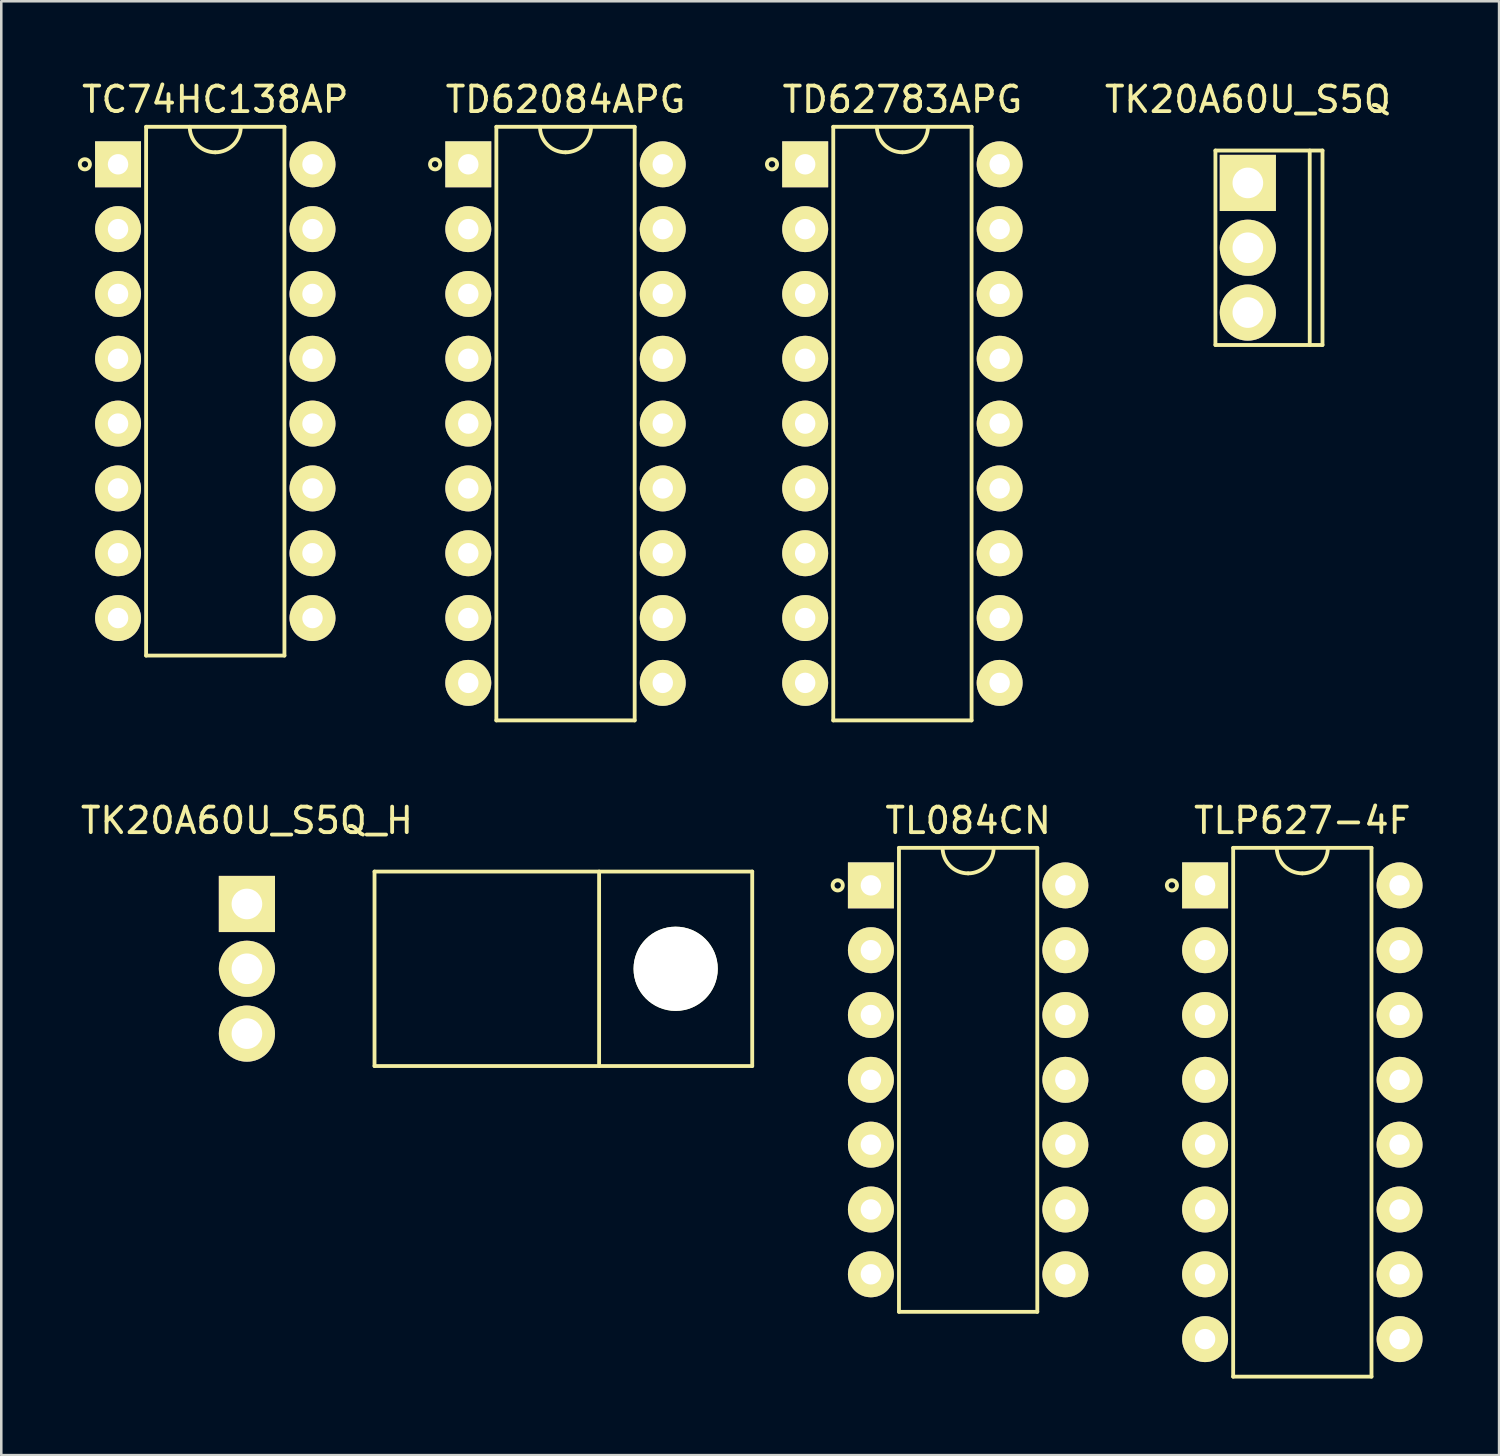
<source format=kicad_pcb>
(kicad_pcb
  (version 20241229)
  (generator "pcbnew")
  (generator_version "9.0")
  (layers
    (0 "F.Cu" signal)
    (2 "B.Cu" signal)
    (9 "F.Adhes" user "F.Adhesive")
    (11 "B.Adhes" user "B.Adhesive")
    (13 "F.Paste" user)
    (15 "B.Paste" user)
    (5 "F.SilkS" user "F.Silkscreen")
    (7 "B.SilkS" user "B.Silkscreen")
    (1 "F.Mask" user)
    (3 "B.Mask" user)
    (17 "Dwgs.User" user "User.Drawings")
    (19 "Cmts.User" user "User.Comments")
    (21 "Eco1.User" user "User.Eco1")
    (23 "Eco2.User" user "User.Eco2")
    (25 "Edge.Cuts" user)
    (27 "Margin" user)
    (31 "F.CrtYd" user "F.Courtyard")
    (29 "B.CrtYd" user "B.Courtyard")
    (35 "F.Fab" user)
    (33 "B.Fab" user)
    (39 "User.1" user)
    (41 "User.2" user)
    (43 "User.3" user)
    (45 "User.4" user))
  (footprint "TD62084APG"
    (layer "F.Cu")
    (at 15.299 3.388)
    (property "Reference" "TD62084APG" (at 3.81 -2.54 0) (layer "F.SilkS") (effects (font (size 1 1) (thickness 0.15))))
    (attr through_hole)
    (fp_line (start 1.1 -1.47) (end 6.52 -1.47) (stroke (width 0.15) (type solid)) (layer "F.SilkS"))
    (fp_line (start 1.1 21.79) (end 1.1 -1.47) (stroke (width 0.15) (type solid)) (layer "F.SilkS"))
    (fp_line (start 6.52 -1.47) (end 6.52 21.79) (stroke (width 0.15) (type solid)) (layer "F.SilkS"))
    (fp_line (start 6.52 21.79) (end 1.1 21.79) (stroke (width 0.15) (type solid)) (layer "F.SilkS"))
    (fp_arc (start 3.81 -0.47) (mid 3.102893 -0.762893) (end 2.81 -1.47) (stroke (width 0.15) (type solid)) (layer "F.SilkS"))
    (fp_arc (start 4.81 -1.47) (mid 4.517107 -0.762893) (end 3.81 -0.47) (stroke (width 0.15) (type solid)) (layer "F.SilkS"))
    (fp_circle (center -1.3 0) (end -1.3 0.2) (stroke (width 0.15) (type solid)) (fill no) (layer "F.SilkS"))
    (pad "1" thru_hole rect (at 0 0) (size 1.8 1.8) (drill 0.8) (layers "*.Cu" "*.Mask" "F.SilkS"))
    (pad "2" thru_hole circle (at 0 2.54) (size 1.8 1.8) (drill 0.8) (layers "*.Cu" "*.Mask" "F.SilkS"))
    (pad "3" thru_hole circle (at 0 5.08) (size 1.8 1.8) (drill 0.8) (layers "*.Cu" "*.Mask" "F.SilkS"))
    (pad "4" thru_hole circle (at 0 7.62) (size 1.8 1.8) (drill 0.8) (layers "*.Cu" "*.Mask" "F.SilkS"))
    (pad "5" thru_hole circle (at 0 10.16) (size 1.8 1.8) (drill 0.8) (layers "*.Cu" "*.Mask" "F.SilkS"))
    (pad "6" thru_hole circle (at 0 12.7) (size 1.8 1.8) (drill 0.8) (layers "*.Cu" "*.Mask" "F.SilkS"))
    (pad "7" thru_hole circle (at 0 15.24) (size 1.8 1.8) (drill 0.8) (layers "*.Cu" "*.Mask" "F.SilkS"))
    (pad "8" thru_hole circle (at 0 17.78) (size 1.8 1.8) (drill 0.8) (layers "*.Cu" "*.Mask" "F.SilkS"))
    (pad "9" thru_hole circle (at 0 20.32) (size 1.8 1.8) (drill 0.8) (layers "*.Cu" "*.Mask" "F.SilkS"))
    (pad "10" thru_hole circle (at 7.62 20.32) (size 1.8 1.8) (drill 0.8) (layers "*.Cu" "*.Mask" "F.SilkS"))
    (pad "11" thru_hole circle (at 7.62 17.78) (size 1.8 1.8) (drill 0.8) (layers "*.Cu" "*.Mask" "F.SilkS"))
    (pad "12" thru_hole circle (at 7.62 15.24) (size 1.8 1.8) (drill 0.8) (layers "*.Cu" "*.Mask" "F.SilkS"))
    (pad "13" thru_hole circle (at 7.62 12.7) (size 1.8 1.8) (drill 0.8) (layers "*.Cu" "*.Mask" "F.SilkS"))
    (pad "14" thru_hole circle (at 7.62 10.16) (size 1.8 1.8) (drill 0.8) (layers "*.Cu" "*.Mask" "F.SilkS"))
    (pad "15" thru_hole circle (at 7.62 7.62) (size 1.8 1.8) (drill 0.8) (layers "*.Cu" "*.Mask" "F.SilkS"))
    (pad "16" thru_hole circle (at 7.62 5.08) (size 1.8 1.8) (drill 0.8) (layers "*.Cu" "*.Mask" "F.SilkS"))
    (pad "17" thru_hole circle (at 7.62 2.54) (size 1.8 1.8) (drill 0.8) (layers "*.Cu" "*.Mask" "F.SilkS"))
    (pad "18" thru_hole circle (at 7.62 0) (size 1.8 1.8) (drill 0.8) (layers "*.Cu" "*.Mask" "F.SilkS")))
  (footprint "TK20A60U_S5Q_H"
    (layer "F.Cu")
    (at 6.625 32.371)
    (property "Reference" "TK20A60U_S5Q_H" (at 0 -3.27 0) (layer "F.SilkS") (effects (font (size 1 1) (thickness 0.15))))
    (attr through_hole)
    (fp_line (start 5 -1.27) (end 5 6.35) (stroke (width 0.15) (type solid)) (layer "F.SilkS"))
    (fp_line (start 5 -1.27) (end 19.8 -1.27) (stroke (width 0.15) (type solid)) (layer "F.SilkS"))
    (fp_line (start 5 6.35) (end 19.8 6.35) (stroke (width 0.15) (type solid)) (layer "F.SilkS"))
    (fp_line (start 13.8 -1.27) (end 13.8 6.35) (stroke (width 0.15) (type solid)) (layer "F.SilkS"))
    (fp_line (start 19.8 -1.27) (end 19.8 6.35) (stroke (width 0.15) (type solid)) (layer "F.SilkS"))
    (pad "" np_thru_hole circle (at 16.8 2.54) (size 3.3 3.3) (drill 3.3) (layers "*.Cu" "*.Mask" "F.SilkS"))
    (pad "1" thru_hole rect (at 0 0) (size 2.2 2.2) (drill 1.2) (layers "*.Cu" "*.Mask" "F.SilkS"))
    (pad "2" thru_hole circle (at 0 2.54) (size 2.2 2.2) (drill 1.2) (layers "*.Cu" "*.Mask" "F.SilkS"))
    (pad "3" thru_hole circle (at 0 5.08) (size 2.2 2.2) (drill 1.2) (layers "*.Cu" "*.Mask" "F.SilkS")))
  (footprint "TLP627-4F"
    (layer "F.Cu")
    (at 44.17 31.642)
    (property "Reference" "TLP627-4F" (at 3.81 -2.54 0) (layer "F.SilkS") (effects (font (size 1 1) (thickness 0.15))))
    (attr through_hole)
    (fp_line (start 1.1 -1.47) (end 6.52 -1.47) (stroke (width 0.15) (type solid)) (layer "F.SilkS"))
    (fp_line (start 1.1 19.25) (end 1.1 -1.47) (stroke (width 0.15) (type solid)) (layer "F.SilkS"))
    (fp_line (start 6.52 -1.47) (end 6.52 19.25) (stroke (width 0.15) (type solid)) (layer "F.SilkS"))
    (fp_line (start 6.52 19.25) (end 1.1 19.25) (stroke (width 0.15) (type solid)) (layer "F.SilkS"))
    (fp_arc (start 3.81 -0.47) (mid 3.102893 -0.762893) (end 2.81 -1.47) (stroke (width 0.15) (type solid)) (layer "F.SilkS"))
    (fp_arc (start 4.81 -1.47) (mid 4.517107 -0.762893) (end 3.81 -0.47) (stroke (width 0.15) (type solid)) (layer "F.SilkS"))
    (fp_circle (center -1.3 0) (end -1.3 0.2) (stroke (width 0.15) (type solid)) (fill no) (layer "F.SilkS"))
    (pad "1" thru_hole rect (at 0 0) (size 1.8 1.8) (drill 0.8) (layers "*.Cu" "*.Mask" "F.SilkS"))
    (pad "2" thru_hole circle (at 0 2.54) (size 1.8 1.8) (drill 0.8) (layers "*.Cu" "*.Mask" "F.SilkS"))
    (pad "3" thru_hole circle (at 0 5.08) (size 1.8 1.8) (drill 0.8) (layers "*.Cu" "*.Mask" "F.SilkS"))
    (pad "4" thru_hole circle (at 0 7.62) (size 1.8 1.8) (drill 0.8) (layers "*.Cu" "*.Mask" "F.SilkS"))
    (pad "5" thru_hole circle (at 0 10.16) (size 1.8 1.8) (drill 0.8) (layers "*.Cu" "*.Mask" "F.SilkS"))
    (pad "6" thru_hole circle (at 0 12.7) (size 1.8 1.8) (drill 0.8) (layers "*.Cu" "*.Mask" "F.SilkS"))
    (pad "7" thru_hole circle (at 0 15.24) (size 1.8 1.8) (drill 0.8) (layers "*.Cu" "*.Mask" "F.SilkS"))
    (pad "8" thru_hole circle (at 0 17.78) (size 1.8 1.8) (drill 0.8) (layers "*.Cu" "*.Mask" "F.SilkS"))
    (pad "9" thru_hole circle (at 7.62 17.78) (size 1.8 1.8) (drill 0.8) (layers "*.Cu" "*.Mask" "F.SilkS"))
    (pad "10" thru_hole circle (at 7.62 15.24) (size 1.8 1.8) (drill 0.8) (layers "*.Cu" "*.Mask" "F.SilkS"))
    (pad "11" thru_hole circle (at 7.62 12.7) (size 1.8 1.8) (drill 0.8) (layers "*.Cu" "*.Mask" "F.SilkS"))
    (pad "12" thru_hole circle (at 7.62 10.16) (size 1.8 1.8) (drill 0.8) (layers "*.Cu" "*.Mask" "F.SilkS"))
    (pad "13" thru_hole circle (at 7.62 7.62) (size 1.8 1.8) (drill 0.8) (layers "*.Cu" "*.Mask" "F.SilkS"))
    (pad "14" thru_hole circle (at 7.62 5.08) (size 1.8 1.8) (drill 0.8) (layers "*.Cu" "*.Mask" "F.SilkS"))
    (pad "15" thru_hole circle (at 7.62 2.54) (size 1.8 1.8) (drill 0.8) (layers "*.Cu" "*.Mask" "F.SilkS"))
    (pad "16" thru_hole circle (at 7.62 0) (size 1.8 1.8) (drill 0.8) (layers "*.Cu" "*.Mask" "F.SilkS")))
  (footprint "TK20A60U_S5Q"
    (layer "F.Cu")
    (at 45.845 4.118)
    (property "Reference" "TK20A60U_S5Q" (at 0 -3.27 0) (layer "F.SilkS") (effects (font (size 1 1) (thickness 0.15))))
    (attr through_hole)
    (fp_line (start -1.27 -1.27) (end -1.27 6.35) (stroke (width 0.15) (type solid)) (layer "F.SilkS"))
    (fp_line (start -1.27 -1.27) (end 2.925 -1.27) (stroke (width 0.15) (type solid)) (layer "F.SilkS"))
    (fp_line (start -1.27 6.35) (end 2.925 6.35) (stroke (width 0.15) (type solid)) (layer "F.SilkS"))
    (fp_line (start 2.425 -1.27) (end 2.425 6.35) (stroke (width 0.15) (type solid)) (layer "F.SilkS"))
    (fp_line (start 2.925 -1.27) (end 2.925 6.35) (stroke (width 0.15) (type solid)) (layer "F.SilkS"))
    (pad "1" thru_hole rect (at 0 0) (size 2.2 2.2) (drill 1.2) (layers "*.Cu" "*.Mask" "F.SilkS"))
    (pad "2" thru_hole circle (at 0 2.54) (size 2.2 2.2) (drill 1.2) (layers "*.Cu" "*.Mask" "F.SilkS"))
    (pad "3" thru_hole circle (at 0 5.08) (size 2.2 2.2) (drill 1.2) (layers "*.Cu" "*.Mask" "F.SilkS")))
  (footprint "TD62783APG"
    (layer "F.Cu")
    (at 28.5 3.388)
    (property "Reference" "TD62783APG" (at 3.81 -2.54 0) (layer "F.SilkS") (effects (font (size 1 1) (thickness 0.15))))
    (attr through_hole)
    (fp_line (start 1.1 -1.47) (end 6.52 -1.47) (stroke (width 0.15) (type solid)) (layer "F.SilkS"))
    (fp_line (start 1.1 21.79) (end 1.1 -1.47) (stroke (width 0.15) (type solid)) (layer "F.SilkS"))
    (fp_line (start 6.52 -1.47) (end 6.52 21.79) (stroke (width 0.15) (type solid)) (layer "F.SilkS"))
    (fp_line (start 6.52 21.79) (end 1.1 21.79) (stroke (width 0.15) (type solid)) (layer "F.SilkS"))
    (fp_arc (start 3.81 -0.47) (mid 3.102893 -0.762893) (end 2.81 -1.47) (stroke (width 0.15) (type solid)) (layer "F.SilkS"))
    (fp_arc (start 4.81 -1.47) (mid 4.517107 -0.762893) (end 3.81 -0.47) (stroke (width 0.15) (type solid)) (layer "F.SilkS"))
    (fp_circle (center -1.3 0) (end -1.3 0.2) (stroke (width 0.15) (type solid)) (fill no) (layer "F.SilkS"))
    (pad "1" thru_hole rect (at 0 0) (size 1.8 1.8) (drill 0.8) (layers "*.Cu" "*.Mask" "F.SilkS"))
    (pad "2" thru_hole circle (at 0 2.54) (size 1.8 1.8) (drill 0.8) (layers "*.Cu" "*.Mask" "F.SilkS"))
    (pad "3" thru_hole circle (at 0 5.08) (size 1.8 1.8) (drill 0.8) (layers "*.Cu" "*.Mask" "F.SilkS"))
    (pad "4" thru_hole circle (at 0 7.62) (size 1.8 1.8) (drill 0.8) (layers "*.Cu" "*.Mask" "F.SilkS"))
    (pad "5" thru_hole circle (at 0 10.16) (size 1.8 1.8) (drill 0.8) (layers "*.Cu" "*.Mask" "F.SilkS"))
    (pad "6" thru_hole circle (at 0 12.7) (size 1.8 1.8) (drill 0.8) (layers "*.Cu" "*.Mask" "F.SilkS"))
    (pad "7" thru_hole circle (at 0 15.24) (size 1.8 1.8) (drill 0.8) (layers "*.Cu" "*.Mask" "F.SilkS"))
    (pad "8" thru_hole circle (at 0 17.78) (size 1.8 1.8) (drill 0.8) (layers "*.Cu" "*.Mask" "F.SilkS"))
    (pad "9" thru_hole circle (at 0 20.32) (size 1.8 1.8) (drill 0.8) (layers "*.Cu" "*.Mask" "F.SilkS"))
    (pad "10" thru_hole circle (at 7.62 20.32) (size 1.8 1.8) (drill 0.8) (layers "*.Cu" "*.Mask" "F.SilkS"))
    (pad "11" thru_hole circle (at 7.62 17.78) (size 1.8 1.8) (drill 0.8) (layers "*.Cu" "*.Mask" "F.SilkS"))
    (pad "12" thru_hole circle (at 7.62 15.24) (size 1.8 1.8) (drill 0.8) (layers "*.Cu" "*.Mask" "F.SilkS"))
    (pad "13" thru_hole circle (at 7.62 12.7) (size 1.8 1.8) (drill 0.8) (layers "*.Cu" "*.Mask" "F.SilkS"))
    (pad "14" thru_hole circle (at 7.62 10.16) (size 1.8 1.8) (drill 0.8) (layers "*.Cu" "*.Mask" "F.SilkS"))
    (pad "15" thru_hole circle (at 7.62 7.62) (size 1.8 1.8) (drill 0.8) (layers "*.Cu" "*.Mask" "F.SilkS"))
    (pad "16" thru_hole circle (at 7.62 5.08) (size 1.8 1.8) (drill 0.8) (layers "*.Cu" "*.Mask" "F.SilkS"))
    (pad "17" thru_hole circle (at 7.62 2.54) (size 1.8 1.8) (drill 0.8) (layers "*.Cu" "*.Mask" "F.SilkS"))
    (pad "18" thru_hole circle (at 7.62 0) (size 1.8 1.8) (drill 0.8) (layers "*.Cu" "*.Mask" "F.SilkS")))
  (footprint "TC74HC138AP"
    (layer "F.Cu")
    (at 1.575 3.388)
    (property "Reference" "TC74HC138AP" (at 3.81 -2.54 0) (layer "F.SilkS") (effects (font (size 1 1) (thickness 0.15))))
    (attr through_hole)
    (fp_line (start 1.1 -1.47) (end 6.52 -1.47) (stroke (width 0.15) (type solid)) (layer "F.SilkS"))
    (fp_line (start 1.1 19.25) (end 1.1 -1.47) (stroke (width 0.15) (type solid)) (layer "F.SilkS"))
    (fp_line (start 6.52 -1.47) (end 6.52 19.25) (stroke (width 0.15) (type solid)) (layer "F.SilkS"))
    (fp_line (start 6.52 19.25) (end 1.1 19.25) (stroke (width 0.15) (type solid)) (layer "F.SilkS"))
    (fp_arc (start 3.81 -0.47) (mid 3.102893 -0.762893) (end 2.81 -1.47) (stroke (width 0.15) (type solid)) (layer "F.SilkS"))
    (fp_arc (start 4.81 -1.47) (mid 4.517107 -0.762893) (end 3.81 -0.47) (stroke (width 0.15) (type solid)) (layer "F.SilkS"))
    (fp_circle (center -1.3 0) (end -1.3 0.2) (stroke (width 0.15) (type solid)) (fill no) (layer "F.SilkS"))
    (pad "1" thru_hole rect (at 0 0) (size 1.8 1.8) (drill 0.8) (layers "*.Cu" "*.Mask" "F.SilkS"))
    (pad "2" thru_hole circle (at 0 2.54) (size 1.8 1.8) (drill 0.8) (layers "*.Cu" "*.Mask" "F.SilkS"))
    (pad "3" thru_hole circle (at 0 5.08) (size 1.8 1.8) (drill 0.8) (layers "*.Cu" "*.Mask" "F.SilkS"))
    (pad "4" thru_hole circle (at 0 7.62) (size 1.8 1.8) (drill 0.8) (layers "*.Cu" "*.Mask" "F.SilkS"))
    (pad "5" thru_hole circle (at 0 10.16) (size 1.8 1.8) (drill 0.8) (layers "*.Cu" "*.Mask" "F.SilkS"))
    (pad "6" thru_hole circle (at 0 12.7) (size 1.8 1.8) (drill 0.8) (layers "*.Cu" "*.Mask" "F.SilkS"))
    (pad "7" thru_hole circle (at 0 15.24) (size 1.8 1.8) (drill 0.8) (layers "*.Cu" "*.Mask" "F.SilkS"))
    (pad "8" thru_hole circle (at 0 17.78) (size 1.8 1.8) (drill 0.8) (layers "*.Cu" "*.Mask" "F.SilkS"))
    (pad "9" thru_hole circle (at 7.62 17.78) (size 1.8 1.8) (drill 0.8) (layers "*.Cu" "*.Mask" "F.SilkS"))
    (pad "10" thru_hole circle (at 7.62 15.24) (size 1.8 1.8) (drill 0.8) (layers "*.Cu" "*.Mask" "F.SilkS"))
    (pad "11" thru_hole circle (at 7.62 12.7) (size 1.8 1.8) (drill 0.8) (layers "*.Cu" "*.Mask" "F.SilkS"))
    (pad "12" thru_hole circle (at 7.62 10.16) (size 1.8 1.8) (drill 0.8) (layers "*.Cu" "*.Mask" "F.SilkS"))
    (pad "13" thru_hole circle (at 7.62 7.62) (size 1.8 1.8) (drill 0.8) (layers "*.Cu" "*.Mask" "F.SilkS"))
    (pad "14" thru_hole circle (at 7.62 5.08) (size 1.8 1.8) (drill 0.8) (layers "*.Cu" "*.Mask" "F.SilkS"))
    (pad "15" thru_hole circle (at 7.62 2.54) (size 1.8 1.8) (drill 0.8) (layers "*.Cu" "*.Mask" "F.SilkS"))
    (pad "16" thru_hole circle (at 7.62 0) (size 1.8 1.8) (drill 0.8) (layers "*.Cu" "*.Mask" "F.SilkS")))
  (footprint "TL084CN"
    (layer "F.Cu")
    (at 31.075 31.642)
    (property "Reference" "TL084CN" (at 3.81 -2.54 0) (layer "F.SilkS") (effects (font (size 1 1) (thickness 0.15))))
    (attr through_hole)
    (fp_line (start 1.1 -1.47) (end 6.52 -1.47) (stroke (width 0.15) (type solid)) (layer "F.SilkS"))
    (fp_line (start 1.1 16.71) (end 1.1 -1.47) (stroke (width 0.15) (type solid)) (layer "F.SilkS"))
    (fp_line (start 6.52 -1.47) (end 6.52 16.71) (stroke (width 0.15) (type solid)) (layer "F.SilkS"))
    (fp_line (start 6.52 16.71) (end 1.1 16.71) (stroke (width 0.15) (type solid)) (layer "F.SilkS"))
    (fp_arc (start 3.81 -0.47) (mid 3.102893 -0.762893) (end 2.81 -1.47) (stroke (width 0.15) (type solid)) (layer "F.SilkS"))
    (fp_arc (start 4.81 -1.47) (mid 4.517107 -0.762893) (end 3.81 -0.47) (stroke (width 0.15) (type solid)) (layer "F.SilkS"))
    (fp_circle (center -1.3 0) (end -1.3 0.2) (stroke (width 0.15) (type solid)) (fill no) (layer "F.SilkS"))
    (pad "1" thru_hole rect (at 0 0) (size 1.8 1.8) (drill 0.8) (layers "*.Cu" "*.Mask" "F.SilkS"))
    (pad "2" thru_hole circle (at 0 2.54) (size 1.8 1.8) (drill 0.8) (layers "*.Cu" "*.Mask" "F.SilkS"))
    (pad "3" thru_hole circle (at 0 5.08) (size 1.8 1.8) (drill 0.8) (layers "*.Cu" "*.Mask" "F.SilkS"))
    (pad "4" thru_hole circle (at 0 7.62) (size 1.8 1.8) (drill 0.8) (layers "*.Cu" "*.Mask" "F.SilkS"))
    (pad "5" thru_hole circle (at 0 10.16) (size 1.8 1.8) (drill 0.8) (layers "*.Cu" "*.Mask" "F.SilkS"))
    (pad "6" thru_hole circle (at 0 12.7) (size 1.8 1.8) (drill 0.8) (layers "*.Cu" "*.Mask" "F.SilkS"))
    (pad "7" thru_hole circle (at 0 15.24) (size 1.8 1.8) (drill 0.8) (layers "*.Cu" "*.Mask" "F.SilkS"))
    (pad "8" thru_hole circle (at 7.62 15.24) (size 1.8 1.8) (drill 0.8) (layers "*.Cu" "*.Mask" "F.SilkS"))
    (pad "9" thru_hole circle (at 7.62 12.7) (size 1.8 1.8) (drill 0.8) (layers "*.Cu" "*.Mask" "F.SilkS"))
    (pad "10" thru_hole circle (at 7.62 10.16) (size 1.8 1.8) (drill 0.8) (layers "*.Cu" "*.Mask" "F.SilkS"))
    (pad "11" thru_hole circle (at 7.62 7.62) (size 1.8 1.8) (drill 0.8) (layers "*.Cu" "*.Mask" "F.SilkS"))
    (pad "12" thru_hole circle (at 7.62 5.08) (size 1.8 1.8) (drill 0.8) (layers "*.Cu" "*.Mask" "F.SilkS"))
    (pad "13" thru_hole circle (at 7.62 2.54) (size 1.8 1.8) (drill 0.8) (layers "*.Cu" "*.Mask" "F.SilkS"))
    (pad "14" thru_hole circle (at 7.62 0) (size 1.8 1.8) (drill 0.8) (layers "*.Cu" "*.Mask" "F.SilkS")))
  (gr_rect
    (start -3 -3)
    (end 55.69 53.967)
    (stroke (width 0.1) (type default))
    (fill no)
    (layer "Edge.Cuts")))
</source>
